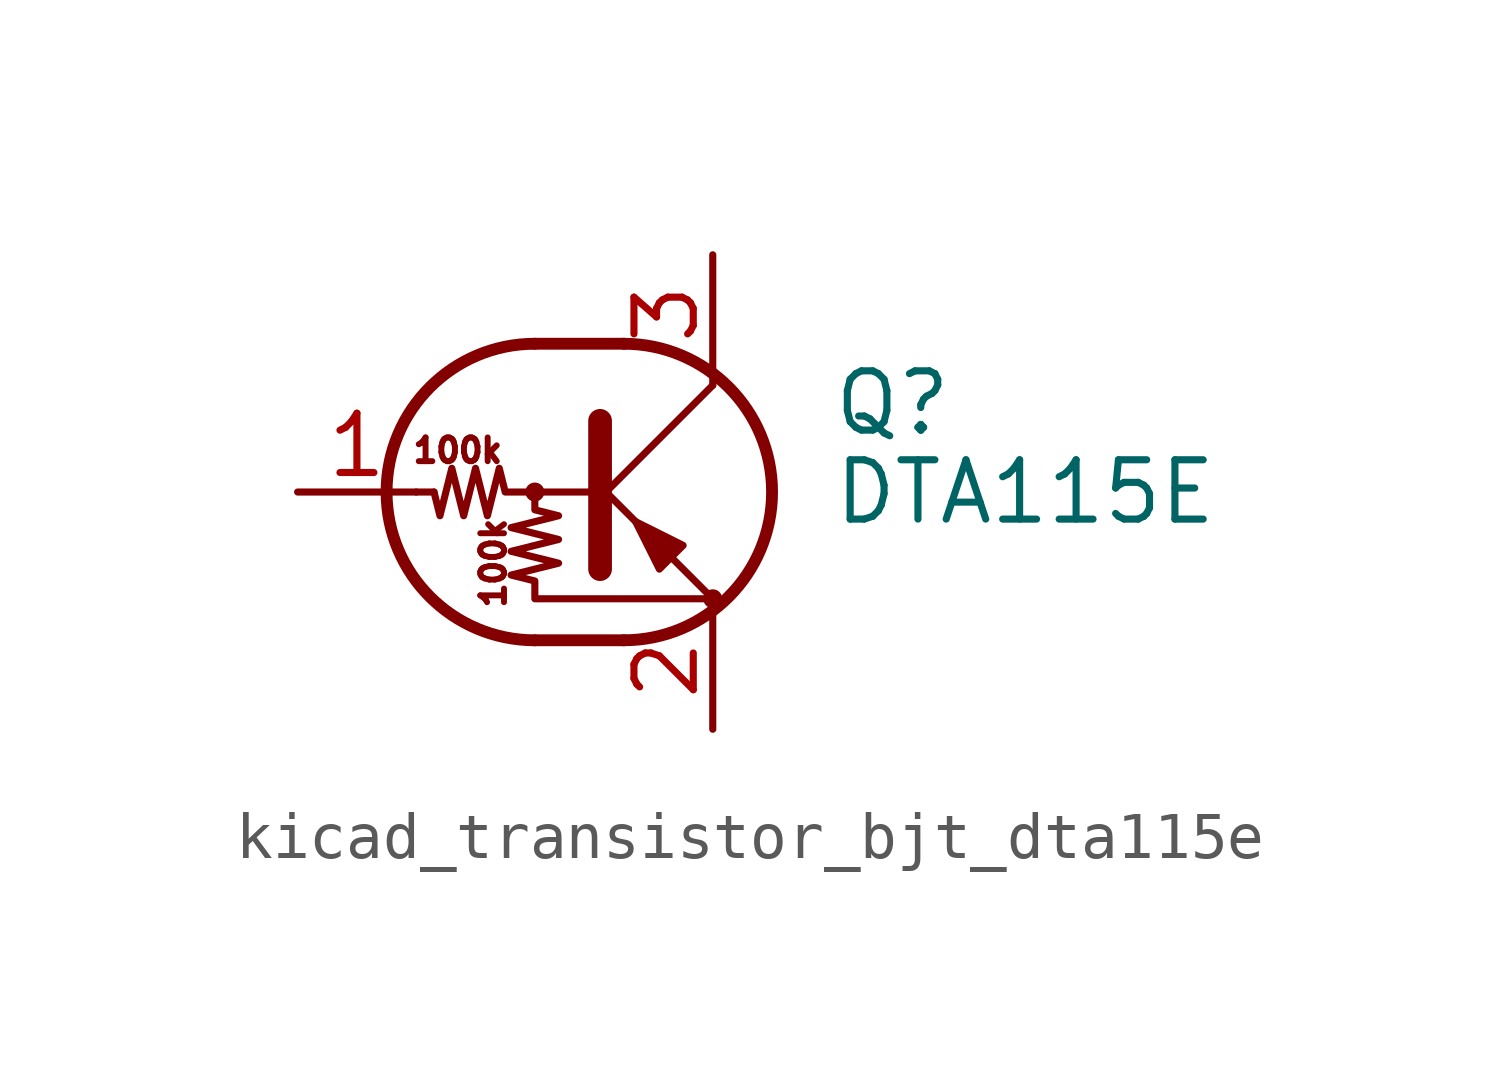
<source format=kicad_sym>
(kicad_symbol_lib
  (version 20220914)
  (generator kicad_symbol_editor)
  (symbol "kicad_transistor_bjt_dta115e"
    (pin_names
      (offset 0) hide)
    (property "Reference" "Q"
      (at 5.08 1.905 0)
      (effects (font (size 1.27 1.27)) (justify left)))
    (property "Value" "DTA115E"
      (at 5.08 0 0)
      (effects (font (size 1.27 1.27)) (justify left)))
    (symbol "kicad_transistor_bjt_dta115e_0_0"
      (text "100k" (at -2.921 0.889 0) (effects (font (size 0.508 0.508))))
      (text "100k" (at -2.159 -1.524 900) (effects (font (size 0.508 0.508)))))
    (symbol "kicad_transistor_bjt_dta115e_0_1"
      (circle (center -1.27 0) (radius 0.127) (stroke (width 0) (type default)) (fill (type none)))
      (arc (start -1.27 3.175) (mid -4.4312 0) (end -1.27 -3.175) (stroke (width 0.254) (type default)) (fill (type none)))
      (polyline (pts (xy -3.429 0) (xy -3.81 0)) (stroke (width 0) (type default)) (fill (type none)))
      (polyline (pts (xy -1.27 -3.175) (xy 0.635 -3.175)) (stroke (width 0.254) (type default)) (fill (type none)))
      (polyline (pts (xy -1.27 3.175) (xy 0.635 3.175)) (stroke (width 0.254) (type default)) (fill (type none)))
      (polyline (pts (xy 0 -0.254) (xy 2.54 2.286)) (stroke (width 0) (type default)) (fill (type none)))
      (polyline (pts (xy 0.127 1.524) (xy 0.127 -1.651)) (stroke (width 0.508) (type default)) (fill (type outline)))
      (polyline (pts (xy 2.54 2.286) (xy 2.54 2.54)) (stroke (width 0) (type default)) (fill (type none)))
      (polyline (pts (xy 2.54 -2.286) (xy 0 0.254) (xy 0 0.254)) (stroke (width 0) (type default)) (fill (type none)))
      (polyline (pts (xy 1.397 -1.651) (xy 1.905 -1.143) (xy 0.889 -0.635) (xy 1.397 -1.651)) (stroke (width 0) (type default)) (fill (type outline)))
      (polyline (pts (xy 0 0) (xy -1.905 0) (xy -2.032 0.508) (xy -2.286 -0.508) (xy -2.54 0.508) (xy -2.794 -0.508) (xy -3.048 0.508) (xy -3.302 -0.508) (xy -3.429 0)) (stroke (width 0) (type default)) (fill (type none)))
      (polyline (pts (xy -1.27 0) (xy -1.27 -0.381) (xy -0.762 -0.508) (xy -1.778 -0.762) (xy -0.762 -1.016) (xy -1.778 -1.27) (xy -0.762 -1.524) (xy -1.778 -1.778) (xy -1.27 -1.905) (xy -1.27 -2.286) (xy 2.54 -2.286)) (stroke (width 0) (type default)) (fill (type none)))
      (arc (start 0.635 -3.175) (mid 3.7962 0) (end 0.635 3.175) (stroke (width 0.254) (type default)) (fill (type none)))
      (circle (center 2.54 -2.286) (radius 0.127) (stroke (width 0) (type default)) (fill (type none))))
    (symbol "kicad_transistor_bjt_dta115e_1_1"
      (pin input line (at -6.35 0 0) (length 2.54) (name "B" (effects (font (size 1.27 1.27)))) (number "1" (effects (font (size 1.27 1.27)))))
      (pin passive line (at 2.54 -5.08 90) (length 2.54) (name "E" (effects (font (size 1.27 1.27)))) (number "2" (effects (font (size 1.27 1.27)))))
      (pin passive line (at 2.54 5.08 270) (length 2.54) (name "C" (effects (font (size 1.27 1.27)))) (number "3" (effects (font (size 1.27 1.27))))))))
</source>
